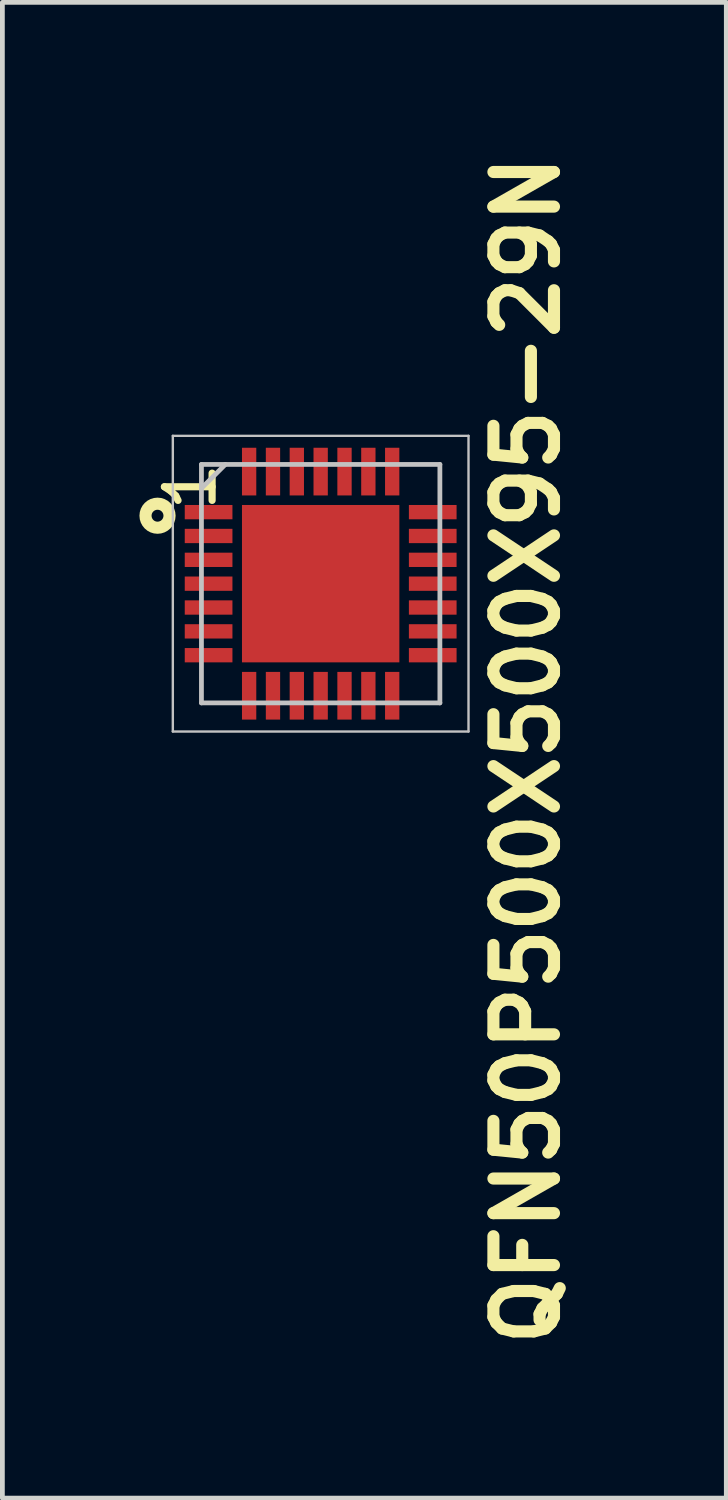
<source format=kicad_pcb>
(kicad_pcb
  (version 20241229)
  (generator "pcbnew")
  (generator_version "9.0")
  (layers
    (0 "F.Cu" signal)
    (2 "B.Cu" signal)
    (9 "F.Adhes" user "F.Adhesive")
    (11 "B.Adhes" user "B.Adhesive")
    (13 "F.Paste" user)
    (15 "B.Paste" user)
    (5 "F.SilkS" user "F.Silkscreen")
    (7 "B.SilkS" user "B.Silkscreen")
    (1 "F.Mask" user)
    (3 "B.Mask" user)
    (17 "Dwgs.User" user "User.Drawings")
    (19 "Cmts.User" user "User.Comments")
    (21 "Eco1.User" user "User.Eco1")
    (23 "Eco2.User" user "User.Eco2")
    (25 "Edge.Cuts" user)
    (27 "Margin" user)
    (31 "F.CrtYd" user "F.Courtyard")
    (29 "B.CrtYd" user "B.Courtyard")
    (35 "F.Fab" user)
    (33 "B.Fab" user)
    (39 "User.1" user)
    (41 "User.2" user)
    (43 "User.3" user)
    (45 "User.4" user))
  (footprint "QFN50P500X500X95-29N"
    (layer "F.Cu")
    (at 3.674 9.189)
    (property "Reference" "QFN50P500X500X95-29N" (at 4.318 3.493 90) (layer "F.SilkS") (effects (font (size 1.27 1.27) (thickness 0.254))))
    (attr smd)
    (fp_circle (center -3.421 -1.425) (end -3.296 -1.425) (stroke (width 0.254) (type solid)) (fill no) (layer "F.SilkS"))
    (fp_line (start -3.1 -3.1) (end 3.1 -3.1) (stroke (width 0.05) (type solid)) (layer "Dwgs.User"))
    (fp_line (start -3.1 3.1) (end -3.1 -3.1) (stroke (width 0.05) (type solid)) (layer "Dwgs.User"))
    (fp_line (start -2.5 -2.5) (end 2.5 -2.5) (stroke (width 0.1) (type solid)) (layer "Dwgs.User"))
    (fp_line (start -2.5 -2) (end -2 -2.5) (stroke (width 0.1) (type solid)) (layer "Dwgs.User"))
    (fp_line (start -2.5 2.5) (end -2.5 -2.5) (stroke (width 0.1) (type solid)) (layer "Dwgs.User"))
    (fp_line (start 2.5 -2.5) (end 2.5 2.5) (stroke (width 0.1) (type solid)) (layer "Dwgs.User"))
    (fp_line (start 2.5 2.5) (end -2.5 2.5) (stroke (width 0.1) (type solid)) (layer "Dwgs.User"))
    (fp_line (start 3.1 -3.1) (end 3.1 3.1) (stroke (width 0.05) (type solid)) (layer "Dwgs.User"))
    (fp_line (start 3.1 3.1) (end -3.1 3.1) (stroke (width 0.05) (type solid)) (layer "Dwgs.User"))
    (fp_text user "1" (at -2.731 -2.032 90) (layer "F.SilkS") (effects (font (size 1 1) (thickness 0.15))))
    (pad "1" smd rect (at -2.35 -1.5 90) (size 0.3 1) (layers "F.Cu" "F.Mask" "F.Paste"))
    (pad "2" smd rect (at -2.35 -1 90) (size 0.3 1) (layers "F.Cu" "F.Mask" "F.Paste"))
    (pad "3" smd rect (at -2.35 -0.5 90) (size 0.3 1) (layers "F.Cu" "F.Mask" "F.Paste"))
    (pad "4" smd rect (at -2.35 0 90) (size 0.3 1) (layers "F.Cu" "F.Mask" "F.Paste"))
    (pad "5" smd rect (at -2.35 0.5 90) (size 0.3 1) (layers "F.Cu" "F.Mask" "F.Paste"))
    (pad "6" smd rect (at -2.35 1 90) (size 0.3 1) (layers "F.Cu" "F.Mask" "F.Paste"))
    (pad "7" smd rect (at -2.35 1.5 90) (size 0.3 1) (layers "F.Cu" "F.Mask" "F.Paste"))
    (pad "8" smd rect (at -1.5 2.35) (size 0.3 1) (layers "F.Cu" "F.Mask" "F.Paste"))
    (pad "9" smd rect (at -1 2.35) (size 0.3 1) (layers "F.Cu" "F.Mask" "F.Paste"))
    (pad "10" smd rect (at -0.5 2.35) (size 0.3 1) (layers "F.Cu" "F.Mask" "F.Paste"))
    (pad "11" smd rect (at 0 2.35) (size 0.3 1) (layers "F.Cu" "F.Mask" "F.Paste"))
    (pad "12" smd rect (at 0.5 2.35) (size 0.3 1) (layers "F.Cu" "F.Mask" "F.Paste"))
    (pad "13" smd rect (at 1 2.35) (size 0.3 1) (layers "F.Cu" "F.Mask" "F.Paste"))
    (pad "14" smd rect (at 1.5 2.35) (size 0.3 1) (layers "F.Cu" "F.Mask" "F.Paste"))
    (pad "15" smd rect (at 2.35 1.5 90) (size 0.3 1) (layers "F.Cu" "F.Mask" "F.Paste"))
    (pad "16" smd rect (at 2.35 1 90) (size 0.3 1) (layers "F.Cu" "F.Mask" "F.Paste"))
    (pad "17" smd rect (at 2.35 0.5 90) (size 0.3 1) (layers "F.Cu" "F.Mask" "F.Paste"))
    (pad "18" smd rect (at 2.35 0 90) (size 0.3 1) (layers "F.Cu" "F.Mask" "F.Paste"))
    (pad "19" smd rect (at 2.35 -0.5 90) (size 0.3 1) (layers "F.Cu" "F.Mask" "F.Paste"))
    (pad "20" smd rect (at 2.35 -1 90) (size 0.3 1) (layers "F.Cu" "F.Mask" "F.Paste"))
    (pad "21" smd rect (at 2.35 -1.5 90) (size 0.3 1) (layers "F.Cu" "F.Mask" "F.Paste"))
    (pad "22" smd rect (at 1.5 -2.35) (size 0.3 1) (layers "F.Cu" "F.Mask" "F.Paste"))
    (pad "23" smd rect (at 1 -2.35) (size 0.3 1) (layers "F.Cu" "F.Mask" "F.Paste"))
    (pad "24" smd rect (at 0.5 -2.35) (size 0.3 1) (layers "F.Cu" "F.Mask" "F.Paste"))
    (pad "25" smd rect (at 0 -2.35) (size 0.3 1) (layers "F.Cu" "F.Mask" "F.Paste"))
    (pad "26" smd rect (at -0.5 -2.35) (size 0.3 1) (layers "F.Cu" "F.Mask" "F.Paste"))
    (pad "27" smd rect (at -1 -2.35) (size 0.3 1) (layers "F.Cu" "F.Mask" "F.Paste"))
    (pad "28" smd rect (at -1.5 -2.35) (size 0.3 1) (layers "F.Cu" "F.Mask" "F.Paste"))
    (pad "29" smd rect (at 0 0) (size 3.3 3.3) (layers "F.Cu" "F.Mask"))
    (pad "29a" smd rect (at -1.079 -1.079) (size 0.9 0.9) (layers "F.Cu" "F.Paste"))
    (pad "29a" smd rect (at -1.079 0) (size 0.9 0.9) (layers "F.Cu" "F.Paste"))
    (pad "29a" smd rect (at -1.079 1.079) (size 0.9 0.9) (layers "F.Cu" "F.Paste"))
    (pad "29a" smd rect (at 0 -1.079) (size 0.9 0.9) (layers "F.Cu" "F.Paste"))
    (pad "29a" smd rect (at 0 0) (size 0.9 0.9) (layers "F.Cu" "F.Paste"))
    (pad "29a" smd rect (at 0 1.079) (size 0.9 0.9) (layers "F.Cu" "F.Paste"))
    (pad "29a" smd rect (at 1.079 -1.079) (size 0.9 0.9) (layers "F.Cu" "F.Paste"))
    (pad "29a" smd rect (at 1.079 0) (size 0.9 0.9) (layers "F.Cu" "F.Paste"))
    (pad "29a" smd rect (at 1.079 1.079) (size 0.9 0.9) (layers "F.Cu" "F.Paste")))
  (gr_rect
    (start -3 -3)
    (end 12.18 28.364)
    (stroke (width 0.1) (type default))
    (fill no)
    (layer "Edge.Cuts")))
</source>
